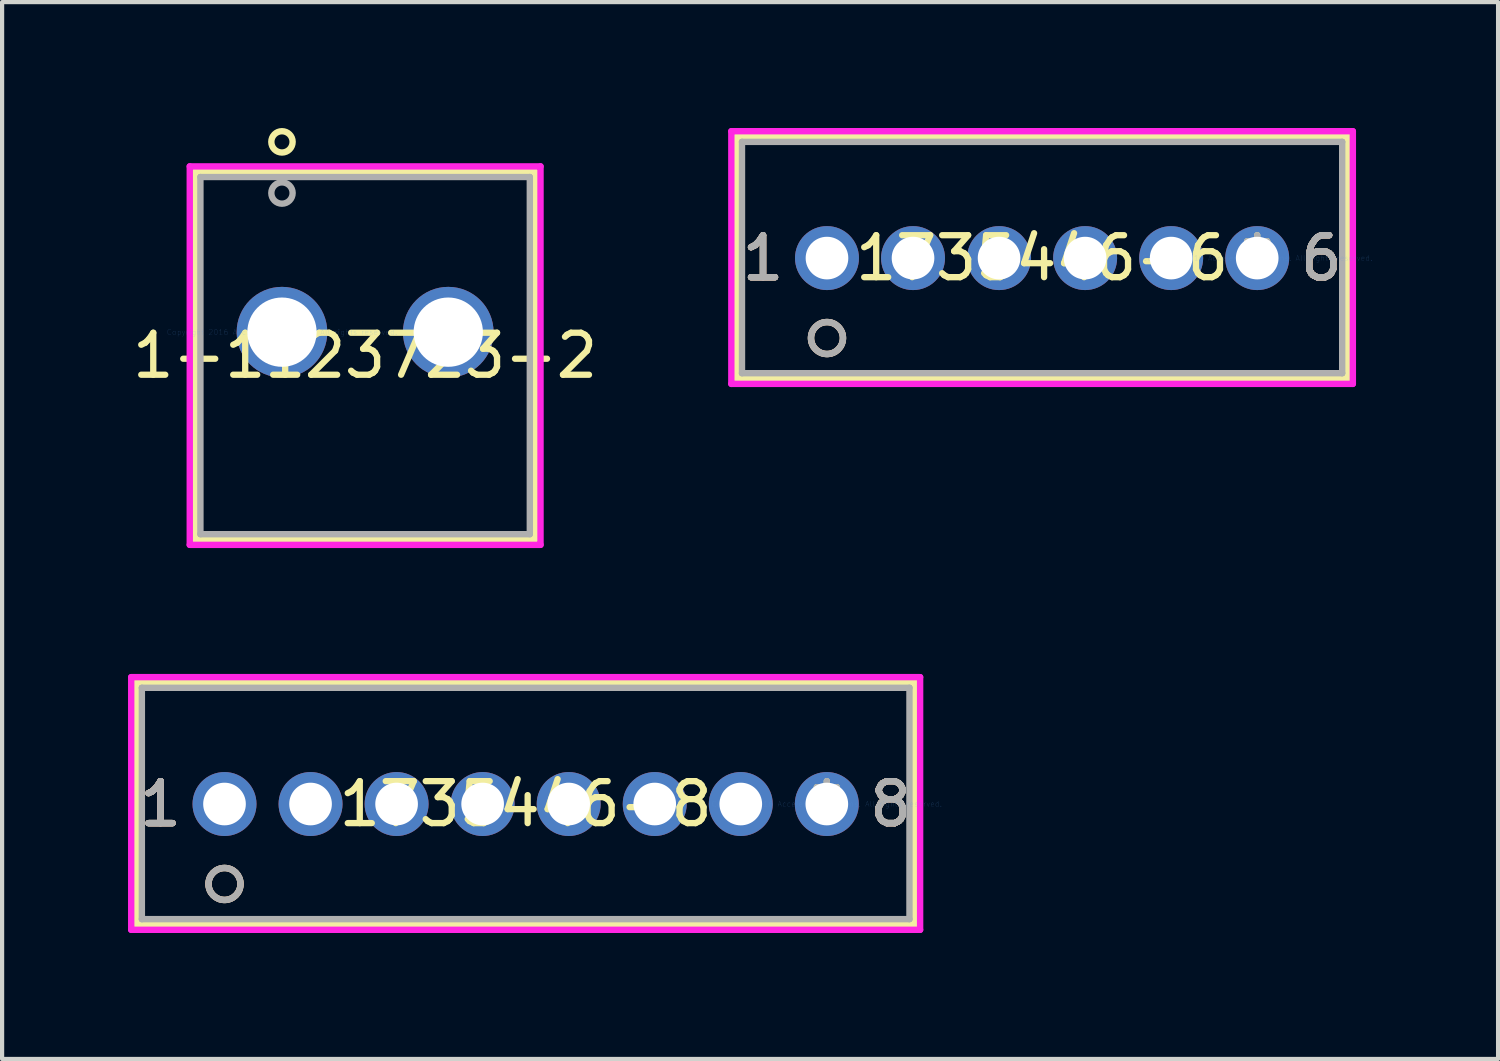
<source format=kicad_pcb>
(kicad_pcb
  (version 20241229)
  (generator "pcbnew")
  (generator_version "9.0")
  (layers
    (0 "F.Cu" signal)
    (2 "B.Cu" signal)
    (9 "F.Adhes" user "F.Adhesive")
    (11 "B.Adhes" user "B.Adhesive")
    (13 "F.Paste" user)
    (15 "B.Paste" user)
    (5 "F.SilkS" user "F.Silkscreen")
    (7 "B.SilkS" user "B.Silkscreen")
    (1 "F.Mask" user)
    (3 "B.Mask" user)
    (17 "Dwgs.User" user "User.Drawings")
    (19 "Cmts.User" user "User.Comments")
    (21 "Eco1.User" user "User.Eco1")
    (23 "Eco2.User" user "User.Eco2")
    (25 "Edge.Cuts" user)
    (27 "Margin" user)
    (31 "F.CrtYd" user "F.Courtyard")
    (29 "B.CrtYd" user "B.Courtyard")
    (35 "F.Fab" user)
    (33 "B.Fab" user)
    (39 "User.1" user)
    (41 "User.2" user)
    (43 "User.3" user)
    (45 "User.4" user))
  (footprint "1-1123723-2"
    (layer "F.Cu")
    (at 3.668 4.864)
    (property "Reference" "1-1123723-2" (at 1.981 0.559 0) (layer "F.SilkS") (effects (font (size 1 1) (thickness 0.15))))
    (attr through_hole)
    (fp_line (start -2.07 -3.823) (end -2.07 4.94) (stroke (width 0.152) (type solid)) (layer "F.SilkS"))
    (fp_line (start -2.07 4.94) (end 6.032 4.94) (stroke (width 0.152) (type solid)) (layer "F.SilkS"))
    (fp_line (start 6.032 -3.823) (end -2.07 -3.823) (stroke (width 0.152) (type solid)) (layer "F.SilkS"))
    (fp_line (start 6.032 4.94) (end 6.032 -3.823) (stroke (width 0.152) (type solid)) (layer "F.SilkS"))
    (fp_circle (center 0 -4.534) (end 0.254 -4.534) (stroke (width 0.152) (type solid)) (fill no) (layer "F.SilkS"))
    (fp_line (start -2.197 -3.95) (end -2.197 5.067) (stroke (width 0.152) (type solid)) (layer "F.CrtYd"))
    (fp_line (start -2.197 5.067) (end 6.16 5.067) (stroke (width 0.152) (type solid)) (layer "F.CrtYd"))
    (fp_line (start 6.16 -3.95) (end -2.197 -3.95) (stroke (width 0.152) (type solid)) (layer "F.CrtYd"))
    (fp_line (start 6.16 5.067) (end 6.16 -3.95) (stroke (width 0.152) (type solid)) (layer "F.CrtYd"))
    (fp_line (start -1.943 -3.696) (end -1.943 4.813) (stroke (width 0.152) (type solid)) (layer "F.Fab"))
    (fp_line (start -1.943 4.813) (end 5.905 4.813) (stroke (width 0.152) (type solid)) (layer "F.Fab"))
    (fp_line (start 5.905 -3.696) (end -1.943 -3.696) (stroke (width 0.152) (type solid)) (layer "F.Fab"))
    (fp_line (start 5.905 4.813) (end 5.905 -3.696) (stroke (width 0.152) (type solid)) (layer "F.Fab"))
    (fp_circle (center 0 -3.315) (end 0.254 -3.315) (stroke (width 0.152) (type solid)) (fill no) (layer "F.Fab"))
    (fp_text user "*" (at 0 0 0) (layer "F.SilkS") (effects (font (size 1 1) (thickness 0.15))))
    (fp_text user "Copyright 2016 Accelerated Designs. All rights reserved." (at 0 0 0) (layer "Cmts.User") (effects (font (size 0.127 0.127) (thickness 0.002))))
    (fp_text user "*" (at 0 0 0) (layer "F.Fab") (effects (font (size 1 1) (thickness 0.15))))
    (pad "1" thru_hole circle (at 0 0) (size 2.159 2.159) (drill 1.651) (layers "*.Cu" "*.Mask"))
    (pad "2" thru_hole circle (at 3.962 0) (size 2.159 2.159) (drill 1.651) (layers "*.Cu" "*.Mask")))
  (footprint "1735446-6"
    (layer "F.Cu")
    (at 26.903 3.099)
    (property "Reference" "1735446-6" (at -5.125 0 0) (layer "F.SilkS") (effects (font (size 1 1) (thickness 0.15))))
    (attr through_hole)
    (fp_line (start -12.402 -2.896) (end -12.402 2.87) (stroke (width 0.152) (type solid)) (layer "F.SilkS"))
    (fp_line (start -12.402 2.87) (end 2.152 2.87) (stroke (width 0.152) (type solid)) (layer "F.SilkS"))
    (fp_line (start 2.152 -2.896) (end -12.402 -2.896) (stroke (width 0.152) (type solid)) (layer "F.SilkS"))
    (fp_line (start 2.152 2.87) (end 2.152 -2.896) (stroke (width 0.152) (type solid)) (layer "F.SilkS"))
    (fp_circle (center -10.25 1.905) (end -9.869 1.905) (stroke (width 0.152) (type solid)) (fill no) (layer "F.SilkS"))
    (fp_circle (center -10.25 1.905) (end -9.869 1.905) (stroke (width 0.152) (type solid)) (fill no) (layer "B.SilkS"))
    (fp_line (start -12.529 -3.023) (end -12.529 2.997) (stroke (width 0.152) (type solid)) (layer "F.CrtYd"))
    (fp_line (start -12.529 2.997) (end 2.279 2.997) (stroke (width 0.152) (type solid)) (layer "F.CrtYd"))
    (fp_line (start 2.279 -3.023) (end -12.529 -3.023) (stroke (width 0.152) (type solid)) (layer "F.CrtYd"))
    (fp_line (start 2.279 2.997) (end 2.279 -3.023) (stroke (width 0.152) (type solid)) (layer "F.CrtYd"))
    (fp_line (start -12.275 -2.769) (end -12.275 2.743) (stroke (width 0.152) (type solid)) (layer "F.Fab"))
    (fp_line (start -12.275 2.743) (end 2.025 2.743) (stroke (width 0.152) (type solid)) (layer "F.Fab"))
    (fp_line (start 2.025 -2.769) (end -12.275 -2.769) (stroke (width 0.152) (type solid)) (layer "F.Fab"))
    (fp_line (start 2.025 2.743) (end 2.025 -2.769) (stroke (width 0.152) (type solid)) (layer "F.Fab"))
    (fp_circle (center -10.25 1.905) (end -9.869 1.905) (stroke (width 0.152) (type solid)) (fill no) (layer "F.Fab"))
    (fp_text user "6" (at 1.524 0 0) (layer "F.SilkS") (effects (font (size 1 1) (thickness 0.15))))
    (fp_text user "*" (at 0 0 0) (layer "F.SilkS") (effects (font (size 1 1) (thickness 0.15))))
    (fp_text user "1" (at -11.774 0 0) (layer "F.SilkS") (effects (font (size 1 1) (thickness 0.15))))
    (fp_text user "1" (at -11.774 0 0) (layer "F.SilkS") (effects (font (size 1 1) (thickness 0.15))))
    (fp_text user "6" (at 1.524 0 0) (layer "F.SilkS") (effects (font (size 1 1) (thickness 0.15))))
    (fp_text user "1" (at -11.774 0 0) (layer "B.SilkS") (effects (font (size 1 1) (thickness 0.15))))
    (fp_text user "6" (at 1.524 0 0) (layer "B.SilkS") (effects (font (size 1 1) (thickness 0.15))))
    (fp_text user "6" (at 1.524 0 0) (layer "B.SilkS") (effects (font (size 1 1) (thickness 0.15))))
    (fp_text user "1" (at -11.774 0 0) (layer "B.SilkS") (effects (font (size 1 1) (thickness 0.15))))
    (fp_text user "Copyright 2016 Accelerated Designs. All rights reserved." (at 0 0 0) (layer "Cmts.User") (effects (font (size 0.127 0.127) (thickness 0.002))))
    (fp_text user "1" (at -11.774 0 0) (layer "F.Fab") (effects (font (size 1 1) (thickness 0.15))))
    (fp_text user "6" (at 1.524 0 0) (layer "F.Fab") (effects (font (size 1 1) (thickness 0.15))))
    (fp_text user "*" (at 0 0 0) (layer "F.Fab") (effects (font (size 1 1) (thickness 0.15))))
    (fp_text user "6" (at 1.524 0 0) (layer "F.Fab") (effects (font (size 1 1) (thickness 0.15))))
    (fp_text user "1" (at -11.774 0 0) (layer "F.Fab") (effects (font (size 1 1) (thickness 0.15))))
    (pad "1" thru_hole circle (at -10.25 0) (size 1.524 1.524) (drill 1.016) (layers "*.Cu" "*.Mask"))
    (pad "2" thru_hole circle (at -8.2 0) (size 1.524 1.524) (drill 1.016) (layers "*.Cu" "*.Mask"))
    (pad "3" thru_hole circle (at -6.15 0) (size 1.524 1.524) (drill 1.016) (layers "*.Cu" "*.Mask"))
    (pad "4" thru_hole circle (at -4.1 0) (size 1.524 1.524) (drill 1.016) (layers "*.Cu" "*.Mask"))
    (pad "5" thru_hole circle (at -2.05 0) (size 1.524 1.524) (drill 1.016) (layers "*.Cu" "*.Mask"))
    (pad "6" thru_hole circle (at -0.000001 0) (size 1.524 1.524) (drill 1.016) (layers "*.Cu" "*.Mask")))
  (footprint "1735446-8"
    (layer "F.Cu")
    (at 16.649 16.106)
    (property "Reference" "1735446-8" (at -7.175 0 0) (layer "F.SilkS") (effects (font (size 1 1) (thickness 0.15))))
    (attr through_hole)
    (fp_line (start -16.446 -2.896) (end -16.446 2.87) (stroke (width 0.152) (type solid)) (layer "F.SilkS"))
    (fp_line (start -16.446 2.87) (end 2.096 2.87) (stroke (width 0.152) (type solid)) (layer "F.SilkS"))
    (fp_line (start 2.096 -2.896) (end -16.446 -2.896) (stroke (width 0.152) (type solid)) (layer "F.SilkS"))
    (fp_line (start 2.096 2.87) (end 2.096 -2.896) (stroke (width 0.152) (type solid)) (layer "F.SilkS"))
    (fp_circle (center -14.35 1.905) (end -13.969 1.905) (stroke (width 0.152) (type solid)) (fill no) (layer "F.SilkS"))
    (fp_circle (center -14.35 1.905) (end -13.969 1.905) (stroke (width 0.152) (type solid)) (fill no) (layer "B.SilkS"))
    (fp_line (start -16.573 -3.023) (end -16.573 2.997) (stroke (width 0.152) (type solid)) (layer "F.CrtYd"))
    (fp_line (start -16.573 2.997) (end 2.223 2.997) (stroke (width 0.152) (type solid)) (layer "F.CrtYd"))
    (fp_line (start 2.223 -3.023) (end -16.573 -3.023) (stroke (width 0.152) (type solid)) (layer "F.CrtYd"))
    (fp_line (start 2.223 2.997) (end 2.223 -3.023) (stroke (width 0.152) (type solid)) (layer "F.CrtYd"))
    (fp_line (start -16.319 -2.769) (end -16.319 2.743) (stroke (width 0.152) (type solid)) (layer "F.Fab"))
    (fp_line (start -16.319 2.743) (end 1.969 2.743) (stroke (width 0.152) (type solid)) (layer "F.Fab"))
    (fp_line (start 1.969 -2.769) (end -16.319 -2.769) (stroke (width 0.152) (type solid)) (layer "F.Fab"))
    (fp_line (start 1.969 2.743) (end 1.969 -2.769) (stroke (width 0.152) (type solid)) (layer "F.Fab"))
    (fp_circle (center -14.35 1.905) (end -13.969 1.905) (stroke (width 0.152) (type solid)) (fill no) (layer "F.Fab"))
    (fp_text user "*" (at 0 0 0) (layer "F.SilkS") (effects (font (size 1 1) (thickness 0.15))))
    (fp_text user "1" (at -15.874 0 0) (layer "F.SilkS") (effects (font (size 1 1) (thickness 0.15))))
    (fp_text user "1" (at -15.874 0 0) (layer "F.SilkS") (effects (font (size 1 1) (thickness 0.15))))
    (fp_text user "8" (at 1.524 0 0) (layer "F.SilkS") (effects (font (size 1 1) (thickness 0.15))))
    (fp_text user "8" (at 1.524 0 0) (layer "F.SilkS") (effects (font (size 1 1) (thickness 0.15))))
    (fp_text user "1" (at -15.874 0 0) (layer "B.SilkS") (effects (font (size 1 1) (thickness 0.15))))
    (fp_text user "8" (at 1.524 0 0) (layer "B.SilkS") (effects (font (size 1 1) (thickness 0.15))))
    (fp_text user "8" (at 1.524 0 0) (layer "B.SilkS") (effects (font (size 1 1) (thickness 0.15))))
    (fp_text user "1" (at -15.874 0 0) (layer "B.SilkS") (effects (font (size 1 1) (thickness 0.15))))
    (fp_text user "Copyright 2016 Accelerated Designs. All rights reserved." (at 0 0 0) (layer "Cmts.User") (effects (font (size 0.127 0.127) (thickness 0.002))))
    (fp_text user "*" (at 0 0 0) (layer "F.Fab") (effects (font (size 1 1) (thickness 0.15))))
    (fp_text user "1" (at -15.874 0 0) (layer "F.Fab") (effects (font (size 1 1) (thickness 0.15))))
    (fp_text user "8" (at 1.524 0 0) (layer "F.Fab") (effects (font (size 1 1) (thickness 0.15))))
    (fp_text user "1" (at -15.874 0 0) (layer "F.Fab") (effects (font (size 1 1) (thickness 0.15))))
    (fp_text user "8" (at 1.524 0 0) (layer "F.Fab") (effects (font (size 1 1) (thickness 0.15))))
    (pad "1" thru_hole circle (at -14.35 0) (size 1.524 1.524) (drill 1.016) (layers "*.Cu" "*.Mask"))
    (pad "2" thru_hole circle (at -12.3 0) (size 1.524 1.524) (drill 1.016) (layers "*.Cu" "*.Mask"))
    (pad "3" thru_hole circle (at -10.25 0) (size 1.524 1.524) (drill 1.016) (layers "*.Cu" "*.Mask"))
    (pad "4" thru_hole circle (at -8.2 0) (size 1.524 1.524) (drill 1.016) (layers "*.Cu" "*.Mask"))
    (pad "5" thru_hole circle (at -6.15 0) (size 1.524 1.524) (drill 1.016) (layers "*.Cu" "*.Mask"))
    (pad "6" thru_hole circle (at -4.1 0) (size 1.524 1.524) (drill 1.016) (layers "*.Cu" "*.Mask"))
    (pad "7" thru_hole circle (at -2.05 0) (size 1.524 1.524) (drill 1.016) (layers "*.Cu" "*.Mask"))
    (pad "8" thru_hole circle (at 0 0) (size 1.524 1.524) (drill 1.016) (layers "*.Cu" "*.Mask")))
  (gr_rect
    (start -3 -3)
    (end 32.642 22.18)
    (stroke (width 0.1) (type default))
    (fill no)
    (layer "Edge.Cuts")))
</source>
